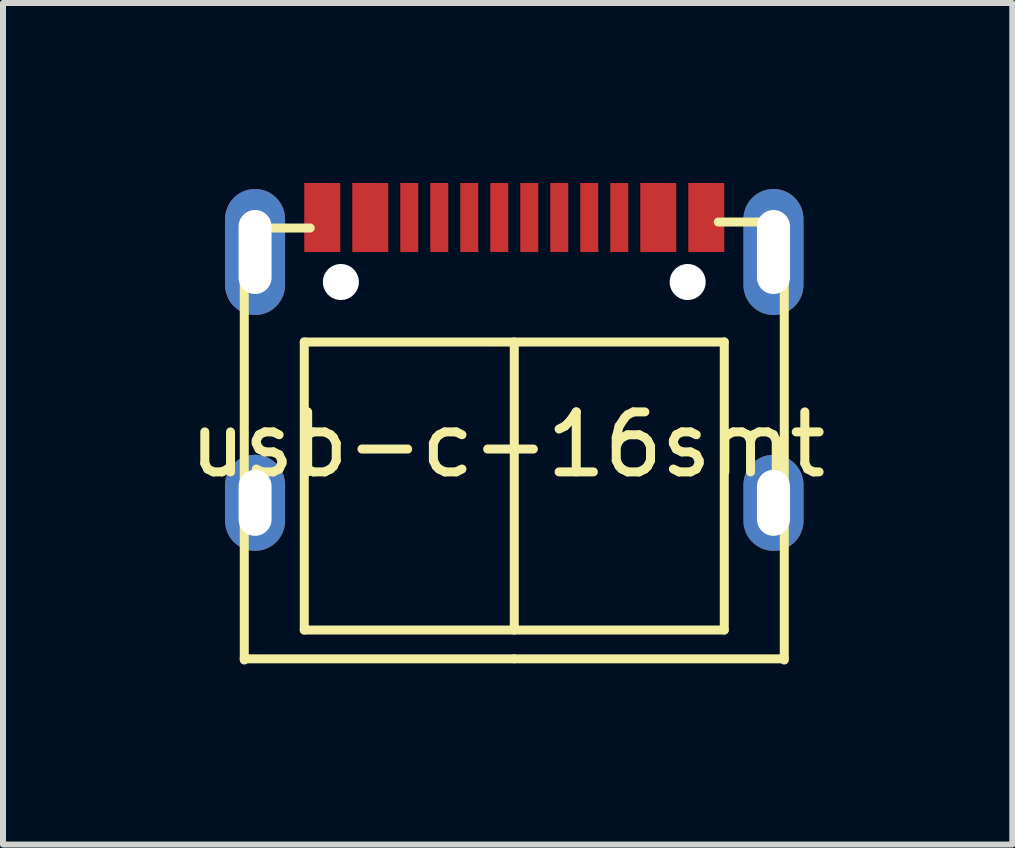
<source format=kicad_pcb>
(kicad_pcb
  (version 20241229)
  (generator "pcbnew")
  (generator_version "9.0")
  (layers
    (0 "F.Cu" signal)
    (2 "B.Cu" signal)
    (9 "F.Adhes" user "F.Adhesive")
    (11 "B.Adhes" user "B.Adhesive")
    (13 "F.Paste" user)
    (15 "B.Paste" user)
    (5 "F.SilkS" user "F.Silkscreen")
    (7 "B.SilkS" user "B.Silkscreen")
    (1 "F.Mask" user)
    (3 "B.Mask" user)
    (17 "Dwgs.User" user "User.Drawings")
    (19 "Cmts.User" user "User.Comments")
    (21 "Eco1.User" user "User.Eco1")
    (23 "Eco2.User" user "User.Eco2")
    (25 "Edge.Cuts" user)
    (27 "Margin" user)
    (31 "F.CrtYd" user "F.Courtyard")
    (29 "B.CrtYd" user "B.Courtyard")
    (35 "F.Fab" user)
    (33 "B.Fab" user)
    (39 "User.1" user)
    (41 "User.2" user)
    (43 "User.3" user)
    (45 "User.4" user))
  (footprint "usb-c-16smt"
    (layer "F.Cu")
    (at 5.521 1.15)
    (property "Reference" "usb-c-16smt" (at -0.11 3.21 0) (layer "F.SilkS") (effects (font (size 1 1) (thickness 0.15))))
    (attr smd)
    (fp_circle (center -2.9 0.5) (end -2.75 0.85) (stroke (width 0.2) (type solid)) (fill no) (layer "F.Mask"))
    (fp_circle (center 2.9 0.5) (end 3.05 0.85) (stroke (width 0.2) (type solid)) (fill no) (layer "F.Mask"))
    (fp_line (start -4.5 -0.4) (end -4.5 6.8) (stroke (width 0.15) (type solid)) (layer "F.SilkS"))
    (fp_line (start -4.5 6.78) (end 0 6.78) (stroke (width 0.15) (type solid)) (layer "F.SilkS"))
    (fp_line (start -3.5 1.5) (end 3.5 1.5) (stroke (width 0.15) (type solid)) (layer "F.SilkS"))
    (fp_line (start -3.5 6.3) (end -3.5 1.5) (stroke (width 0.15) (type solid)) (layer "F.SilkS"))
    (fp_line (start -3.4 -0.4) (end -4.5 -0.4) (stroke (width 0.15) (type solid)) (layer "F.SilkS"))
    (fp_line (start -0.000001 6.3) (end 0 1.5) (stroke (width 0.15) (type solid)) (layer "F.SilkS"))
    (fp_line (start 0 6.78) (end 4.5 6.78) (stroke (width 0.15) (type solid)) (layer "F.SilkS"))
    (fp_line (start 3.5 1.5) (end 3.5 6.3) (stroke (width 0.15) (type solid)) (layer "F.SilkS"))
    (fp_line (start 3.5 6.3) (end -3.5 6.3) (stroke (width 0.15) (type solid)) (layer "F.SilkS"))
    (fp_line (start 4.5 -0.5) (end 3.4 -0.5) (stroke (width 0.15) (type solid)) (layer "F.SilkS"))
    (fp_line (start 4.5 6.8) (end 4.5 -0.5) (stroke (width 0.15) (type solid)) (layer "F.SilkS"))
    (pad "" np_thru_hole circle (at -2.89 0.5) (size 0.6 0.6) (drill 0.6) (layers "*.Cu" "*.Mask"))
    (pad "" np_thru_hole circle (at 2.89 0.5) (size 0.6 0.6) (drill 0.6) (layers "*.Cu" "*.Mask"))
    (pad "A1/B12" smd rect (at -3.2 -0.575) (size 0.6 1.15) (layers "F.Cu" "F.Mask" "F.Paste"))
    (pad "A4/B9" smd rect (at -2.4 -0.575) (size 0.6 1.15) (layers "F.Cu" "F.Mask" "F.Paste"))
    (pad "A5" smd rect (at -1.25 -0.575) (size 0.3 1.15) (layers "F.Cu" "F.Mask" "F.Paste"))
    (pad "A6" smd rect (at -0.25 -0.575) (size 0.3 1.15) (layers "F.Cu" "F.Mask" "F.Paste"))
    (pad "A7" smd rect (at 0.25 -0.575) (size 0.3 1.15) (layers "F.Cu" "F.Mask" "F.Paste"))
    (pad "A8" smd rect (at 1.25 -0.575) (size 0.3 1.15) (layers "F.Cu" "F.Mask" "F.Paste"))
    (pad "B1/A12" smd rect (at 3.2 -0.575) (size 0.6 1.15) (layers "F.Cu" "F.Mask" "F.Paste"))
    (pad "B4/A9" smd rect (at 2.4 -0.575) (size 0.6 1.15) (layers "F.Cu" "F.Mask" "F.Paste"))
    (pad "B5" smd rect (at 1.75 -0.575) (size 0.3 1.15) (layers "F.Cu" "F.Mask" "F.Paste"))
    (pad "B6" smd rect (at 0.75 -0.575) (size 0.3 1.15) (layers "F.Cu" "F.Mask" "F.Paste"))
    (pad "B7" smd rect (at -0.75 -0.575) (size 0.3 1.15) (layers "F.Cu" "F.Mask" "F.Paste"))
    (pad "B8" smd rect (at -1.75 -0.575) (size 0.3 1.15) (layers "F.Cu" "F.Mask" "F.Paste"))
    (pad "S1" thru_hole oval (at -4.32 4.18) (size 1 1.6) (drill oval 0.55 1.1) (layers "*.Cu" "*.Mask" "F.Paste"))
    (pad "S2" thru_hole oval (at -4.32 0) (size 1 2.1) (drill oval 0.55 1.4) (layers "*.Cu" "*.Mask" "F.Paste"))
    (pad "S3" thru_hole oval (at 4.32 0) (size 1 2.1) (drill oval 0.55 1.4) (layers "*.Cu" "*.Mask" "F.Paste"))
    (pad "S4" thru_hole oval (at 4.32 4.18) (size 1 1.6) (drill oval 0.55 1.1) (layers "*.Cu" "*.Mask" "F.Paste")))
  (gr_rect
    (start -3 -3)
    (end 13.821 11.025)
    (stroke (width 0.1) (type default))
    (fill no)
    (layer "Edge.Cuts")))
</source>
